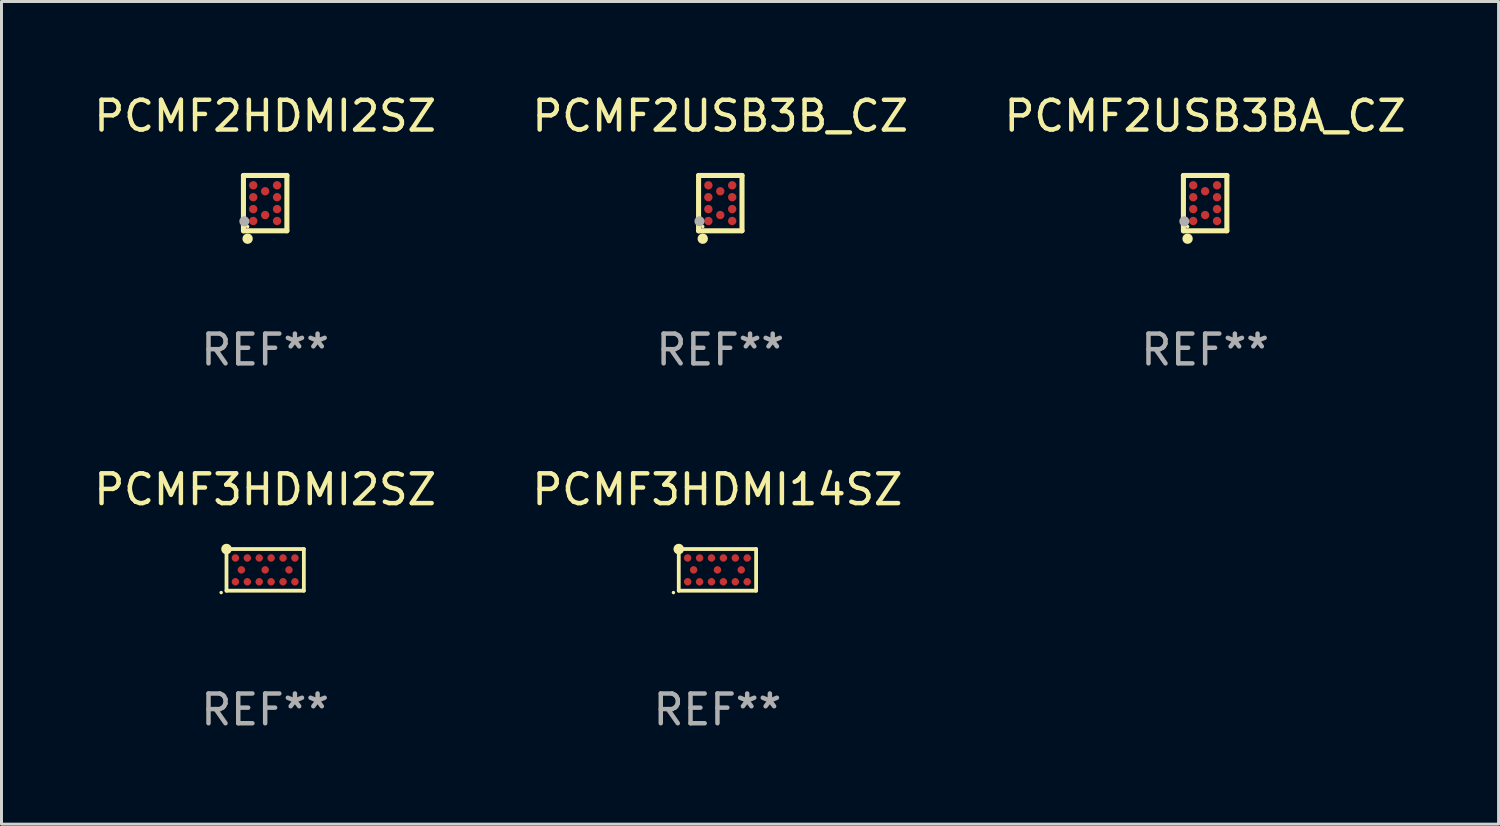
<source format=kicad_pcb>
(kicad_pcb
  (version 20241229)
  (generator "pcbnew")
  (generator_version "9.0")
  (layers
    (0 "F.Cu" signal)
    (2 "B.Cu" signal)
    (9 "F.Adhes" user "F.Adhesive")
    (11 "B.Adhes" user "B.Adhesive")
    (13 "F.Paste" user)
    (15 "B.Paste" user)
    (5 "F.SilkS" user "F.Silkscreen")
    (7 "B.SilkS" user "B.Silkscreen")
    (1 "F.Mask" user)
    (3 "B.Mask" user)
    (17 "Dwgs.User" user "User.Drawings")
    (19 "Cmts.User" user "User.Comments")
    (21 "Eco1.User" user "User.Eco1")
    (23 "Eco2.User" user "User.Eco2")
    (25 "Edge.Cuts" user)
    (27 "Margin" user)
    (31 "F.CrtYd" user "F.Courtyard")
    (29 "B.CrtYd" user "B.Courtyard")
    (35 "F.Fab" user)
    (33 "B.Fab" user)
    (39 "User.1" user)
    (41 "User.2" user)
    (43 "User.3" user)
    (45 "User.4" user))
  (footprint "PCMF3HDMI2SZ"
    (layer "F.Cu")
    (at 5.863 16.105)
    (property "Reference" "PCMF3HDMI2SZ" (at 0 -2.7 0) (layer "F.SilkS") (effects (font (size 1 1) (thickness 0.15))))
    (attr through_hole)
    (fp_line (start -1.3 -0.7) (end -1.3 0.7) (stroke (width 0.127) (type solid)) (layer "F.SilkS"))
    (fp_line (start -1.3 -0.7) (end 1.3 -0.7) (stroke (width 0.127) (type solid)) (layer "F.SilkS"))
    (fp_line (start -1.3 0.7) (end 1.3 0.7) (stroke (width 0.127) (type solid)) (layer "F.SilkS"))
    (fp_line (start 1.3 0.7) (end 1.3 -0.7) (stroke (width 0.127) (type solid)) (layer "F.SilkS"))
    (fp_circle (center -1.479 0.763) (end -1.449 0.763) (stroke (width 0.06) (type solid)) (fill no) (layer "F.SilkS"))
    (fp_circle (center -1.3 -0.7) (end -1.185 -0.7) (stroke (width 0.127) (type solid)) (fill no) (layer "F.SilkS"))
    (fp_text user "REF**" (at 0 4.7 0) (layer "F.Fab") (effects (font (size 1 1) (thickness 0.15))))
    (pad "A1" smd circle (at -1 -0.4) (size 0.25 0.25) (layers "F.Cu" "F.Mask" "F.Paste"))
    (pad "A2" smd circle (at -0.6 -0.4) (size 0.25 0.25) (layers "F.Cu" "F.Mask" "F.Paste"))
    (pad "A3" smd circle (at -0.2 -0.4) (size 0.25 0.25) (layers "F.Cu" "F.Mask" "F.Paste"))
    (pad "A4" smd circle (at 0.2 -0.4) (size 0.25 0.25) (layers "F.Cu" "F.Mask" "F.Paste"))
    (pad "A5" smd circle (at 0.6 -0.4) (size 0.25 0.25) (layers "F.Cu" "F.Mask" "F.Paste"))
    (pad "A6" smd circle (at 1 -0.4) (size 0.25 0.25) (layers "F.Cu" "F.Mask" "F.Paste"))
    (pad "B1" smd circle (at -0.8 -0.000025) (size 0.25 0.25) (layers "F.Cu" "F.Mask" "F.Paste"))
    (pad "B2" smd circle (at 0.000013 -0.000025) (size 0.25 0.25) (layers "F.Cu" "F.Mask" "F.Paste"))
    (pad "B3" smd circle (at 0.8 -0.000025) (size 0.25 0.25) (layers "F.Cu" "F.Mask" "F.Paste"))
    (pad "C1" smd circle (at -1 0.4) (size 0.25 0.25) (layers "F.Cu" "F.Mask" "F.Paste"))
    (pad "C2" smd circle (at -0.6 0.4) (size 0.25 0.25) (layers "F.Cu" "F.Mask" "F.Paste"))
    (pad "C3" smd circle (at -0.2 0.4) (size 0.25 0.25) (layers "F.Cu" "F.Mask" "F.Paste"))
    (pad "C4" smd circle (at 0.2 0.4) (size 0.25 0.25) (layers "F.Cu" "F.Mask" "F.Paste"))
    (pad "C5" smd circle (at 0.6 0.4) (size 0.25 0.25) (layers "F.Cu" "F.Mask" "F.Paste"))
    (pad "C6" smd circle (at 1 0.4) (size 0.25 0.25) (layers "F.Cu" "F.Mask" "F.Paste")))
  (footprint "PCMF2HDMI2SZ"
    (layer "F.Cu")
    (at 5.863 3.778)
    (property "Reference" "PCMF2HDMI2SZ" (at 0 -2.93 0) (layer "F.SilkS") (effects (font (size 1 1) (thickness 0.15))))
    (attr through_hole)
    (fp_line (start -0.731 -0.93) (end 0.731 -0.93) (stroke (width 0.17) (type solid)) (layer "F.SilkS"))
    (fp_line (start -0.73 0.93) (end -0.73 -0.93) (stroke (width 0.17) (type solid)) (layer "F.SilkS"))
    (fp_line (start 0.73 -0.93) (end 0.73 0.929) (stroke (width 0.17) (type solid)) (layer "F.SilkS"))
    (fp_line (start 0.73 0.929) (end -0.73 0.93) (stroke (width 0.17) (type solid)) (layer "F.SilkS"))
    (fp_circle (center -0.59 1.195) (end -0.5 1.195) (stroke (width 0.17) (type solid)) (fill no) (layer "F.SilkS"))
    (fp_circle (center -0.589 0.788) (end -0.559 0.788) (stroke (width 0.06) (type solid)) (fill no) (layer "F.SilkS"))
    (fp_circle (center -0.7 0.61) (end -0.615 0.61) (stroke (width 0.17) (type solid)) (fill no) (layer "F.Fab"))
    (fp_text user "REF**" (at 0 4.93 0) (layer "F.Fab") (effects (font (size 1 1) (thickness 0.15))))
    (pad "A1" smd circle (at -0.401 0.6) (size 0.28 0.28) (layers "F.Cu" "F.Mask" "F.Paste"))
    (pad "A2" smd circle (at -0.401 0.2) (size 0.28 0.28) (layers "F.Cu" "F.Mask" "F.Paste"))
    (pad "A3" smd circle (at -0.401 -0.2) (size 0.28 0.28) (layers "F.Cu" "F.Mask" "F.Paste"))
    (pad "A4" smd circle (at -0.401 -0.6) (size 0.28 0.28) (layers "F.Cu" "F.Mask" "F.Paste"))
    (pad "B1" smd circle (at -0.000457 0.4) (size 0.28 0.28) (layers "F.Cu" "F.Mask" "F.Paste"))
    (pad "B2" smd circle (at -0.001 -0.4) (size 0.28 0.28) (layers "F.Cu" "F.Mask" "F.Paste"))
    (pad "C1" smd circle (at 0.4 0.6) (size 0.28 0.28) (layers "F.Cu" "F.Mask" "F.Paste"))
    (pad "C2" smd circle (at 0.4 0.2) (size 0.28 0.28) (layers "F.Cu" "F.Mask" "F.Paste"))
    (pad "C3" smd circle (at 0.4 -0.2) (size 0.28 0.28) (layers "F.Cu" "F.Mask" "F.Paste"))
    (pad "C4" smd circle (at 0.4 -0.6) (size 0.28 0.28) (layers "F.Cu" "F.Mask" "F.Paste")))
  (footprint "PCMF2USB3BA_CZ"
    (layer "F.Cu")
    (at 37.458 3.778)
    (property "Reference" "PCMF2USB3BA_CZ" (at 0 -2.93 0) (layer "F.SilkS") (effects (font (size 1 1) (thickness 0.15))))
    (attr through_hole)
    (fp_line (start -0.731 -0.93) (end 0.731 -0.93) (stroke (width 0.17) (type solid)) (layer "F.SilkS"))
    (fp_line (start -0.73 0.93) (end -0.73 -0.93) (stroke (width 0.17) (type solid)) (layer "F.SilkS"))
    (fp_line (start 0.73 -0.93) (end 0.73 0.929) (stroke (width 0.17) (type solid)) (layer "F.SilkS"))
    (fp_line (start 0.73 0.929) (end -0.73 0.93) (stroke (width 0.17) (type solid)) (layer "F.SilkS"))
    (fp_circle (center -0.59 1.195) (end -0.5 1.195) (stroke (width 0.17) (type solid)) (fill no) (layer "F.SilkS"))
    (fp_circle (center -0.589 0.788) (end -0.559 0.788) (stroke (width 0.06) (type solid)) (fill no) (layer "F.SilkS"))
    (fp_circle (center -0.7 0.61) (end -0.615 0.61) (stroke (width 0.17) (type solid)) (fill no) (layer "F.Fab"))
    (fp_text user "REF**" (at 0 4.93 0) (layer "F.Fab") (effects (font (size 1 1) (thickness 0.15))))
    (pad "A1" smd circle (at -0.401 0.6) (size 0.28 0.28) (layers "F.Cu" "F.Mask" "F.Paste"))
    (pad "A2" smd circle (at -0.401 0.2) (size 0.28 0.28) (layers "F.Cu" "F.Mask" "F.Paste"))
    (pad "A3" smd circle (at -0.401 -0.2) (size 0.28 0.28) (layers "F.Cu" "F.Mask" "F.Paste"))
    (pad "A4" smd circle (at -0.401 -0.6) (size 0.28 0.28) (layers "F.Cu" "F.Mask" "F.Paste"))
    (pad "B1" smd circle (at -0.000457 0.4) (size 0.28 0.28) (layers "F.Cu" "F.Mask" "F.Paste"))
    (pad "B2" smd circle (at -0.001 -0.4) (size 0.28 0.28) (layers "F.Cu" "F.Mask" "F.Paste"))
    (pad "C1" smd circle (at 0.4 0.6) (size 0.28 0.28) (layers "F.Cu" "F.Mask" "F.Paste"))
    (pad "C2" smd circle (at 0.4 0.2) (size 0.28 0.28) (layers "F.Cu" "F.Mask" "F.Paste"))
    (pad "C3" smd circle (at 0.4 -0.2) (size 0.28 0.28) (layers "F.Cu" "F.Mask" "F.Paste"))
    (pad "C4" smd circle (at 0.4 -0.6) (size 0.28 0.28) (layers "F.Cu" "F.Mask" "F.Paste")))
  (footprint "PCMF2USB3B_CZ"
    (layer "F.Cu")
    (at 21.161 3.778)
    (property "Reference" "PCMF2USB3B_CZ" (at 0 -2.93 0) (layer "F.SilkS") (effects (font (size 1 1) (thickness 0.15))))
    (attr through_hole)
    (fp_line (start -0.731 -0.93) (end 0.731 -0.93) (stroke (width 0.17) (type solid)) (layer "F.SilkS"))
    (fp_line (start -0.73 0.93) (end -0.73 -0.93) (stroke (width 0.17) (type solid)) (layer "F.SilkS"))
    (fp_line (start 0.73 -0.93) (end 0.73 0.929) (stroke (width 0.17) (type solid)) (layer "F.SilkS"))
    (fp_line (start 0.73 0.929) (end -0.73 0.93) (stroke (width 0.17) (type solid)) (layer "F.SilkS"))
    (fp_circle (center -0.59 1.195) (end -0.5 1.195) (stroke (width 0.17) (type solid)) (fill no) (layer "F.SilkS"))
    (fp_circle (center -0.589 0.788) (end -0.559 0.788) (stroke (width 0.06) (type solid)) (fill no) (layer "F.SilkS"))
    (fp_circle (center -0.7 0.61) (end -0.615 0.61) (stroke (width 0.17) (type solid)) (fill no) (layer "F.Fab"))
    (fp_text user "REF**" (at 0 4.93 0) (layer "F.Fab") (effects (font (size 1 1) (thickness 0.15))))
    (pad "A1" smd circle (at -0.401 0.6) (size 0.28 0.28) (layers "F.Cu" "F.Mask" "F.Paste"))
    (pad "A2" smd circle (at -0.401 0.2) (size 0.28 0.28) (layers "F.Cu" "F.Mask" "F.Paste"))
    (pad "A3" smd circle (at -0.401 -0.2) (size 0.28 0.28) (layers "F.Cu" "F.Mask" "F.Paste"))
    (pad "A4" smd circle (at -0.401 -0.6) (size 0.28 0.28) (layers "F.Cu" "F.Mask" "F.Paste"))
    (pad "B1" smd circle (at -0.000457 0.4) (size 0.28 0.28) (layers "F.Cu" "F.Mask" "F.Paste"))
    (pad "B2" smd circle (at -0.001 -0.4) (size 0.28 0.28) (layers "F.Cu" "F.Mask" "F.Paste"))
    (pad "C1" smd circle (at 0.4 0.6) (size 0.28 0.28) (layers "F.Cu" "F.Mask" "F.Paste"))
    (pad "C2" smd circle (at 0.4 0.2) (size 0.28 0.28) (layers "F.Cu" "F.Mask" "F.Paste"))
    (pad "C3" smd circle (at 0.4 -0.2) (size 0.28 0.28) (layers "F.Cu" "F.Mask" "F.Paste"))
    (pad "C4" smd circle (at 0.4 -0.6) (size 0.28 0.28) (layers "F.Cu" "F.Mask" "F.Paste")))
  (footprint "PCMF3HDMI14SZ"
    (layer "F.Cu")
    (at 21.065 16.105)
    (property "Reference" "PCMF3HDMI14SZ" (at 0 -2.7 0) (layer "F.SilkS") (effects (font (size 1 1) (thickness 0.15))))
    (attr through_hole)
    (fp_line (start -1.3 -0.7) (end -1.3 0.7) (stroke (width 0.127) (type solid)) (layer "F.SilkS"))
    (fp_line (start -1.3 -0.7) (end 1.3 -0.7) (stroke (width 0.127) (type solid)) (layer "F.SilkS"))
    (fp_line (start -1.3 0.7) (end 1.3 0.7) (stroke (width 0.127) (type solid)) (layer "F.SilkS"))
    (fp_line (start 1.3 0.7) (end 1.3 -0.7) (stroke (width 0.127) (type solid)) (layer "F.SilkS"))
    (fp_circle (center -1.479 0.763) (end -1.449 0.763) (stroke (width 0.06) (type solid)) (fill no) (layer "F.SilkS"))
    (fp_circle (center -1.3 -0.7) (end -1.185 -0.7) (stroke (width 0.127) (type solid)) (fill no) (layer "F.SilkS"))
    (fp_text user "REF**" (at 0 4.7 0) (layer "F.Fab") (effects (font (size 1 1) (thickness 0.15))))
    (pad "A1" smd circle (at -1 -0.4) (size 0.25 0.25) (layers "F.Cu" "F.Mask" "F.Paste"))
    (pad "A2" smd circle (at -0.6 -0.4) (size 0.25 0.25) (layers "F.Cu" "F.Mask" "F.Paste"))
    (pad "A3" smd circle (at -0.2 -0.4) (size 0.25 0.25) (layers "F.Cu" "F.Mask" "F.Paste"))
    (pad "A4" smd circle (at 0.2 -0.4) (size 0.25 0.25) (layers "F.Cu" "F.Mask" "F.Paste"))
    (pad "A5" smd circle (at 0.6 -0.4) (size 0.25 0.25) (layers "F.Cu" "F.Mask" "F.Paste"))
    (pad "A6" smd circle (at 1 -0.4) (size 0.25 0.25) (layers "F.Cu" "F.Mask" "F.Paste"))
    (pad "B1" smd circle (at -0.8 -0.000025) (size 0.25 0.25) (layers "F.Cu" "F.Mask" "F.Paste"))
    (pad "B2" smd circle (at 0.000013 -0.000025) (size 0.25 0.25) (layers "F.Cu" "F.Mask" "F.Paste"))
    (pad "B3" smd circle (at 0.8 -0.000025) (size 0.25 0.25) (layers "F.Cu" "F.Mask" "F.Paste"))
    (pad "C1" smd circle (at -1 0.4) (size 0.25 0.25) (layers "F.Cu" "F.Mask" "F.Paste"))
    (pad "C2" smd circle (at -0.6 0.4) (size 0.25 0.25) (layers "F.Cu" "F.Mask" "F.Paste"))
    (pad "C3" smd circle (at -0.2 0.4) (size 0.25 0.25) (layers "F.Cu" "F.Mask" "F.Paste"))
    (pad "C4" smd circle (at 0.2 0.4) (size 0.25 0.25) (layers "F.Cu" "F.Mask" "F.Paste"))
    (pad "C5" smd circle (at 0.6 0.4) (size 0.25 0.25) (layers "F.Cu" "F.Mask" "F.Paste"))
    (pad "C6" smd circle (at 1 0.4) (size 0.25 0.25) (layers "F.Cu" "F.Mask" "F.Paste")))
  (gr_rect
    (start -3 -3)
    (end 47.321 24.653)
    (stroke (width 0.1) (type default))
    (fill no)
    (layer "Edge.Cuts")))
</source>
